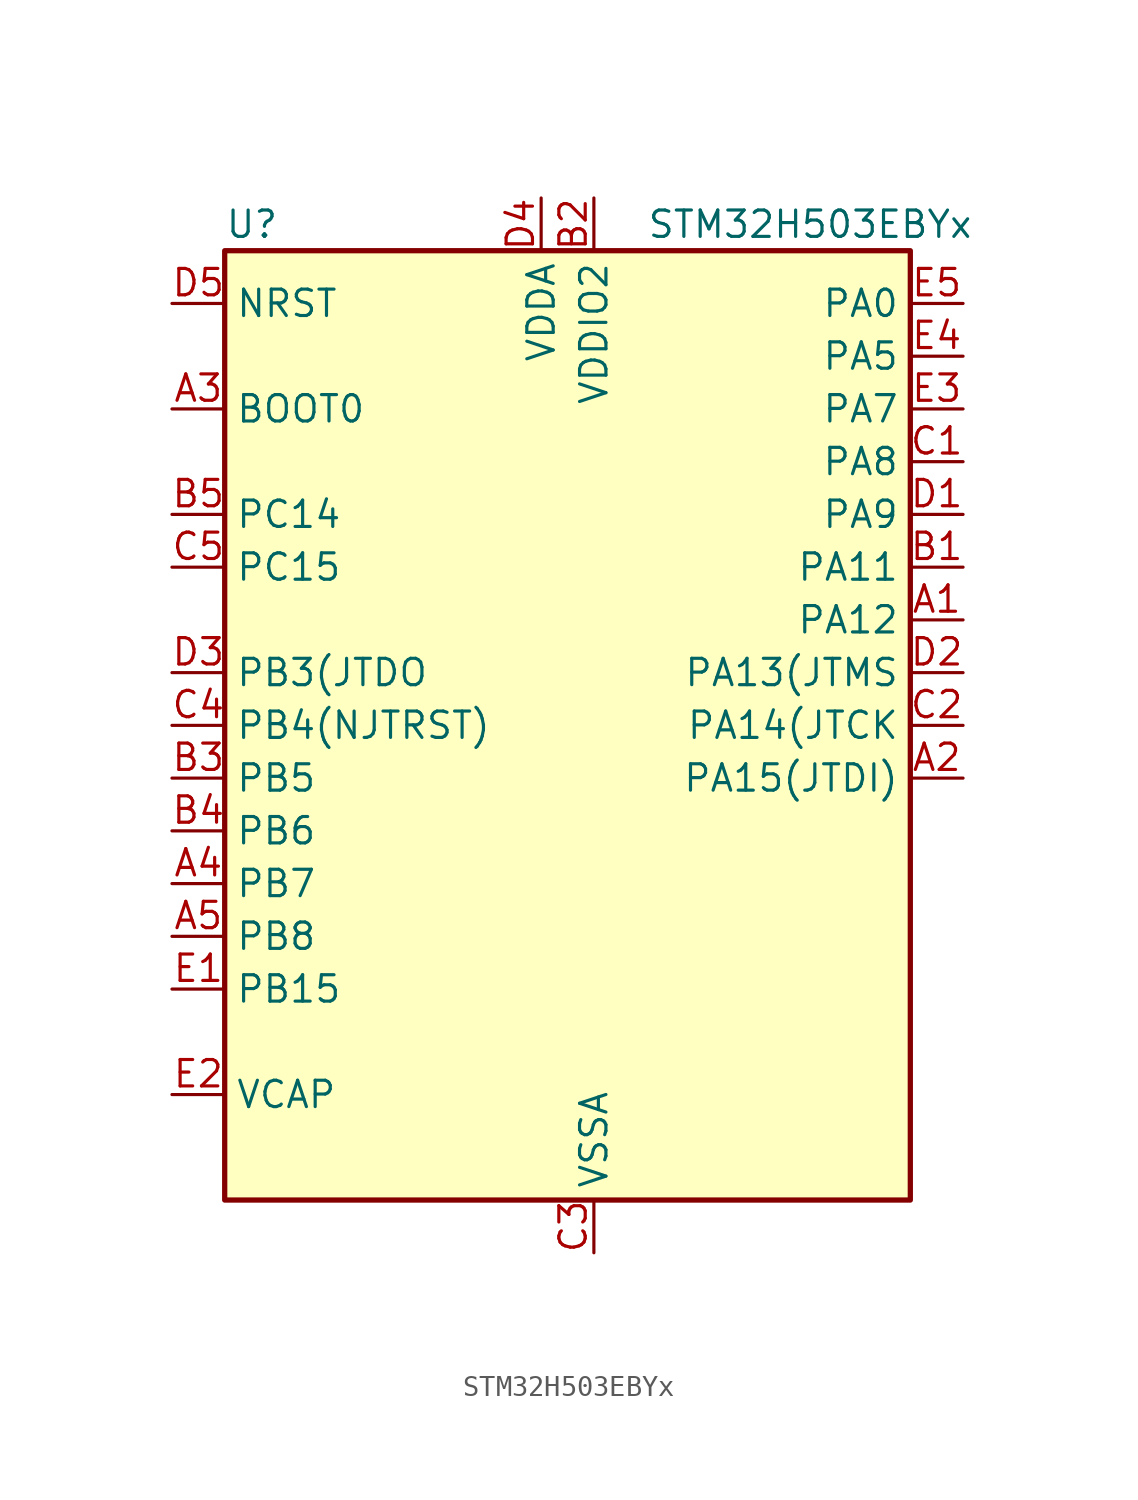
<source format=kicad_sym>
(kicad_symbol_lib
  (version 20231120)
  (generator "kicad_symbol_editor")
  (generator_version "8.0")
  (symbol "STM32H503EBYx"
    (property "Reference" "U"
      (at -15.24 24.13 0)
      (effects (font (size 1.27 1.27)) (justify left)))
    (property "Value" "STM32H503EBYx"
      (at 5.08 24.13 0)
      (effects (font (size 1.27 1.27)) (justify left)))
    (property "ki_locked" ""
      (at 0 0 0)
      (effects (font (size 1.27 1.27))))
    (symbol "STM32H503EBYx_0_1"
      (rectangle (start -15.24 -22.86) (end 17.78 22.86) (stroke (width 0.254) (type default)) (fill (type background))))
    (symbol "STM32H503EBYx_1_1"
      (pin bidirectional line (at 20.32 5.08 180) (length 2.54) (name "PA12" (effects (font (size 1.27 1.27)))) (number "A1" (effects (font (size 1.27 1.27)))) (alternate "DEBUG_TRACED3" bidirectional line) (alternate "FDCAN1_TX" bidirectional line) (alternate "I2S2_CK" bidirectional line) (alternate "LPUART1_RTS" bidirectional line) (alternate "SPI2_RDY" bidirectional line) (alternate "SPI2_SCK" bidirectional line) (alternate "TIM1_ETR" bidirectional line) (alternate "TIM2_CH4" bidirectional line) (alternate "TIM3_CH4" bidirectional line) (alternate "USART1_RTS" bidirectional line) (alternate "USART1_TX" bidirectional line) (alternate "USART2_TX" bidirectional line) (alternate "USART3_RX" bidirectional line) (alternate "USB_DP" bidirectional line))
      (pin bidirectional line (at 20.32 -2.54 180) (length 2.54) (name "PA15(JTDI)" (effects (font (size 1.27 1.27)))) (number "A2" (effects (font (size 1.27 1.27)))) (alternate "ADC1_EXTI15" bidirectional line) (alternate "DEBUG_JTDI" bidirectional line) (alternate "I2S1_WS" bidirectional line) (alternate "I2S2_SDI" bidirectional line) (alternate "I2S3_CK" bidirectional line) (alternate "I2S3_WS" bidirectional line) (alternate "LPTIM1_IN2" bidirectional line) (alternate "LPTIM2_CH1" bidirectional line) (alternate "SPI1_NSS" bidirectional line) (alternate "SPI2_MISO" bidirectional line) (alternate "SPI3_NSS" bidirectional line) (alternate "SPI3_SCK" bidirectional line) (alternate "TIM2_CH1" bidirectional line) (alternate "TIM2_ETR" bidirectional line) (alternate "USART1_CTS" bidirectional line) (alternate "USART1_NSS" bidirectional line) (alternate "USART2_CK" bidirectional line) (alternate "USART2_RTS" bidirectional line) (alternate "USART2_RX" bidirectional line) (alternate "USART3_RX" bidirectional line))
      (pin input line (at -17.78 15.24 0) (length 2.54) (name "BOOT0" (effects (font (size 1.27 1.27)))) (number "A3" (effects (font (size 1.27 1.27)))))
      (pin bidirectional line (at -17.78 -7.62 0) (length 2.54) (name "PB7" (effects (font (size 1.27 1.27)))) (number "A4" (effects (font (size 1.27 1.27)))) (alternate "AUDIOCLK" bidirectional line) (alternate "DEBUG_TRACED1" bidirectional line) (alternate "FDCAN1_TX" bidirectional line) (alternate "I2C1_SDA" bidirectional line) (alternate "I2C2_SMBA" bidirectional line) (alternate "I2S3_CK" bidirectional line) (alternate "I2S3_MCK" bidirectional line) (alternate "I3C1_SDA" bidirectional line) (alternate "LPUART1_RX" bidirectional line) (alternate "PWR_WKUP5" bidirectional line) (alternate "SPI3_SCK" bidirectional line) (alternate "TIM1_CH1" bidirectional line) (alternate "TIM1_CH2N" bidirectional line) (alternate "TIM3_ETR" bidirectional line) (alternate "USART1_RX" bidirectional line) (alternate "USART3_TX" bidirectional line))
      (pin bidirectional line (at -17.78 -10.16 0) (length 2.54) (name "PB8" (effects (font (size 1.27 1.27)))) (number "A5" (effects (font (size 1.27 1.27)))) (alternate "DEBUG_TRACED2" bidirectional line) (alternate "FDCAN1_RX" bidirectional line) (alternate "I2C1_SCL" bidirectional line) (alternate "I2C2_SDA" bidirectional line) (alternate "I2C2_SMBA" bidirectional line) (alternate "I2S1_WS" bidirectional line) (alternate "I2S2_MCK" bidirectional line) (alternate "I3C1_SCL" bidirectional line) (alternate "I3C2_SDA" bidirectional line) (alternate "LPTIM1_CH2" bidirectional line) (alternate "LPTIM2_CH1" bidirectional line) (alternate "SPI1_NSS" bidirectional line) (alternate "SPI2_RDY" bidirectional line) (alternate "TIM1_BKIN2" bidirectional line) (alternate "USART1_CK" bidirectional line) (alternate "USART3_RX" bidirectional line))
      (pin bidirectional line (at 20.32 7.62 180) (length 2.54) (name "PA11" (effects (font (size 1.27 1.27)))) (number "B1" (effects (font (size 1.27 1.27)))) (alternate "ADC1_EXTI11" bidirectional line) (alternate "DEBUG_TRGIO" bidirectional line) (alternate "FDCAN1_RX" bidirectional line) (alternate "I2S2_WS" bidirectional line) (alternate "LPTIM2_CH2" bidirectional line) (alternate "LPUART1_CTS" bidirectional line) (alternate "SPI2_NSS" bidirectional line) (alternate "SPI3_RDY" bidirectional line) (alternate "TIM1_CH4" bidirectional line) (alternate "TIM3_CH2" bidirectional line) (alternate "USART1_CTS" bidirectional line) (alternate "USART1_NSS" bidirectional line) (alternate "USART1_RX" bidirectional line) (alternate "USART2_RX" bidirectional line) (alternate "USART3_RTS" bidirectional line) (alternate "USB_DM" bidirectional line))
      (pin power_in line (at 2.54 25.4 270) (length 2.54) (name "VDDIO2" (effects (font (size 1.27 1.27)))) (number "B2" (effects (font (size 1.27 1.27)))))
      (pin bidirectional line (at -17.78 -2.54 0) (length 2.54) (name "PB5" (effects (font (size 1.27 1.27)))) (number "B3" (effects (font (size 1.27 1.27)))) (alternate "DEBUG_TRACECLK" bidirectional line) (alternate "FDCAN1_RX" bidirectional line) (alternate "I2C1_SDA" bidirectional line) (alternate "I2C1_SMBA" bidirectional line) (alternate "I2C2_SCL" bidirectional line) (alternate "I2S1_SDO" bidirectional line) (alternate "I2S2_SDI" bidirectional line) (alternate "I2S3_SDO" bidirectional line) (alternate "I3C1_SDA" bidirectional line) (alternate "I3C2_SCL" bidirectional line) (alternate "LPTIM1_IN1" bidirectional line) (alternate "SPI1_MOSI" bidirectional line) (alternate "SPI2_MISO" bidirectional line) (alternate "SPI3_MOSI" bidirectional line) (alternate "TIM1_CH3" bidirectional line) (alternate "TIM3_CH2" bidirectional line) (alternate "USART2_RX" bidirectional line))
      (pin bidirectional line (at -17.78 -5.08 0) (length 2.54) (name "PB6" (effects (font (size 1.27 1.27)))) (number "B4" (effects (font (size 1.27 1.27)))) (alternate "DEBUG_TRACED0" bidirectional line) (alternate "FDCAN1_TX" bidirectional line) (alternate "I2C1_SCL" bidirectional line) (alternate "I2S1_MCK" bidirectional line) (alternate "I3C1_SCL" bidirectional line) (alternate "LPUART1_TX" bidirectional line) (alternate "SPI3_RDY" bidirectional line) (alternate "TIM1_CH2" bidirectional line) (alternate "TIM1_CH3N" bidirectional line) (alternate "TIM3_CH3" bidirectional line) (alternate "USART1_TX" bidirectional line) (alternate "USART2_CK" bidirectional line) (alternate "USART2_CTS" bidirectional line) (alternate "USART2_NSS" bidirectional line))
      (pin bidirectional line (at -17.78 10.16 0) (length 2.54) (name "PC14" (effects (font (size 1.27 1.27)))) (number "B5" (effects (font (size 1.27 1.27)))) (alternate "RCC_OSC32_IN" bidirectional line))
      (pin bidirectional line (at 20.32 12.7 180) (length 2.54) (name "PA8" (effects (font (size 1.27 1.27)))) (number "C1" (effects (font (size 1.27 1.27)))) (alternate "FDCAN1_RX" bidirectional line) (alternate "I2S1_CK" bidirectional line) (alternate "I2S2_SDO" bidirectional line) (alternate "I2S2_WS" bidirectional line) (alternate "LPTIM2_IN1" bidirectional line) (alternate "LPUART1_CTS" bidirectional line) (alternate "RCC_MCO_1" bidirectional line) (alternate "SPI1_RDY" bidirectional line) (alternate "SPI1_SCK" bidirectional line) (alternate "SPI2_MOSI" bidirectional line) (alternate "SPI2_NSS" bidirectional line) (alternate "TIM1_CH1" bidirectional line) (alternate "TIM1_CH4N" bidirectional line) (alternate "TIM3_CH3" bidirectional line) (alternate "USART1_CK" bidirectional line) (alternate "USART2_TX" bidirectional line) (alternate "USART3_TX" bidirectional line) (alternate "USB_SOF" bidirectional line))
      (pin bidirectional line (at 20.32 0 180) (length 2.54) (name "PA14(JTCK" (effects (font (size 1.27 1.27)))) (number "C2" (effects (font (size 1.27 1.27)))) (alternate "DEBUG_JTCK-SWCLK" bidirectional line) (alternate "LPTIM1_ETR" bidirectional line) (alternate "LPTIM2_CH1" bidirectional line) (alternate "LPUART1_RTS" bidirectional line) (alternate "TIM1_CH2" bidirectional line) (alternate "TIM1_CH4N" bidirectional line) (alternate "TIM3_CH1" bidirectional line) (alternate "USART1_TX" bidirectional line) (alternate "USART2_TX" bidirectional line))
      (pin power_in line (at 2.54 -25.4 90) (length 2.54) (name "VSSA" (effects (font (size 1.27 1.27)))) (number "C3" (effects (font (size 1.27 1.27)))))
      (pin bidirectional line (at -17.78 0 0) (length 2.54) (name "PB4(NJTRST)" (effects (font (size 1.27 1.27)))) (number "C4" (effects (font (size 1.27 1.27)))) (alternate "DEBUG_JTRST" bidirectional line) (alternate "FDCAN1_TX" bidirectional line) (alternate "I2C1_SMBA" bidirectional line) (alternate "I2C2_SDA" bidirectional line) (alternate "I2S1_SDI" bidirectional line) (alternate "I2S2_WS" bidirectional line) (alternate "I2S3_SDI" bidirectional line) (alternate "I3C2_SDA" bidirectional line) (alternate "LPTIM1_CH2" bidirectional line) (alternate "SPI1_MISO" bidirectional line) (alternate "SPI2_NSS" bidirectional line) (alternate "SPI3_MISO" bidirectional line) (alternate "TIM1_CH2" bidirectional line) (alternate "TIM1_CH4N" bidirectional line) (alternate "TIM3_CH1" bidirectional line) (alternate "USART2_TX" bidirectional line))
      (pin bidirectional line (at -17.78 7.62 0) (length 2.54) (name "PC15" (effects (font (size 1.27 1.27)))) (number "C5" (effects (font (size 1.27 1.27)))) (alternate "ADC1_EXTI15" bidirectional line) (alternate "RCC_OSC32_OUT" bidirectional line))
      (pin bidirectional line (at 20.32 10.16 180) (length 2.54) (name "PA9" (effects (font (size 1.27 1.27)))) (number "D1" (effects (font (size 1.27 1.27)))) (alternate "DAC1_EXTI9" bidirectional line) (alternate "DEBUG_TRACED2" bidirectional line) (alternate "I2S1_SDI" bidirectional line) (alternate "I2S2_CK" bidirectional line) (alternate "I2S3_SDO" bidirectional line) (alternate "LPUART1_TX" bidirectional line) (alternate "SPI1_MISO" bidirectional line) (alternate "SPI2_SCK" bidirectional line) (alternate "SPI3_MOSI" bidirectional line) (alternate "TIM1_CH2" bidirectional line) (alternate "USART1_TX" bidirectional line) (alternate "USART3_CK" bidirectional line))
      (pin bidirectional line (at 20.32 2.54 180) (length 2.54) (name "PA13(JTMS" (effects (font (size 1.27 1.27)))) (number "D2" (effects (font (size 1.27 1.27)))) (alternate "COMP1_OUT" bidirectional line) (alternate "DEBUG_JTMS-SWDIO" bidirectional line) (alternate "LPTIM1_CH1" bidirectional line) (alternate "LPUART1_CTS" bidirectional line) (alternate "TIM1_CH1" bidirectional line) (alternate "TIM1_ETR" bidirectional line) (alternate "USART1_RX" bidirectional line) (alternate "USART2_RX" bidirectional line))
      (pin bidirectional line (at -17.78 2.54 0) (length 2.54) (name "PB3(JTDO" (effects (font (size 1.27 1.27)))) (number "D3" (effects (font (size 1.27 1.27)))) (alternate "CRS_SYNC" bidirectional line) (alternate "DEBUG_JTDO-SWO" bidirectional line) (alternate "FDCAN1_RX" bidirectional line) (alternate "I2C1_SMBA" bidirectional line) (alternate "I2C2_SCL" bidirectional line) (alternate "I2C2_SDA" bidirectional line) (alternate "I2S1_CK" bidirectional line) (alternate "I2S2_MCK" bidirectional line) (alternate "I2S3_CK" bidirectional line) (alternate "I3C2_SCL" bidirectional line) (alternate "LPTIM1_CH1" bidirectional line) (alternate "SPI1_SCK" bidirectional line) (alternate "SPI3_SCK" bidirectional line) (alternate "TIM1_BKIN" bidirectional line) (alternate "TIM2_CH2" bidirectional line) (alternate "USART3_TX" bidirectional line))
      (pin power_in line (at 0 25.4 270) (length 2.54) (name "VDDA" (effects (font (size 1.27 1.27)))) (number "D4" (effects (font (size 1.27 1.27)))))
      (pin input line (at -17.78 20.32 0) (length 2.54) (name "NRST" (effects (font (size 1.27 1.27)))) (number "D5" (effects (font (size 1.27 1.27)))))
      (pin bidirectional line (at -17.78 -12.7 0) (length 2.54) (name "PB15" (effects (font (size 1.27 1.27)))) (number "E1" (effects (font (size 1.27 1.27)))) (alternate "ADC1_EXTI15" bidirectional line) (alternate "COMP1_OUT" bidirectional line) (alternate "FDCAN1_TX" bidirectional line) (alternate "I2S2_SDO" bidirectional line) (alternate "I2S3_MCK" bidirectional line) (alternate "I2S3_SDI" bidirectional line) (alternate "LPTIM1_CH1" bidirectional line) (alternate "LPTIM2_IN2" bidirectional line) (alternate "LPUART1_RX" bidirectional line) (alternate "PWR_PVD_IN" bidirectional line) (alternate "RTC_REFIN" bidirectional line) (alternate "SPI2_MOSI" bidirectional line) (alternate "SPI3_MISO" bidirectional line) (alternate "TIM1_CH3N" bidirectional line) (alternate "TIM3_CH4" bidirectional line) (alternate "USART1_RX" bidirectional line) (alternate "USART2_RTS" bidirectional line) (alternate "USART2_RX" bidirectional line) (alternate "USART3_CTS" bidirectional line) (alternate "USART3_NSS" bidirectional line))
      (pin power_out line (at -17.78 -17.78 0) (length 2.54) (name "VCAP" (effects (font (size 1.27 1.27)))) (number "E2" (effects (font (size 1.27 1.27)))))
      (pin bidirectional line (at 20.32 15.24 180) (length 2.54) (name "PA7" (effects (font (size 1.27 1.27)))) (number "E3" (effects (font (size 1.27 1.27)))) (alternate "ADC1_INN3" bidirectional line) (alternate "ADC1_INP7" bidirectional line) (alternate "AUDIOCLK" bidirectional line) (alternate "I2S1_MCK" bidirectional line) (alternate "I2S1_SDO" bidirectional line) (alternate "I2S2_MCK" bidirectional line) (alternate "I2S2_SDI" bidirectional line) (alternate "I2S3_MCK" bidirectional line) (alternate "LPTIM2_ETR" bidirectional line) (alternate "OPAMP1_VOUT" bidirectional line) (alternate "PWR_CSLEEP" bidirectional line) (alternate "SPI1_MOSI" bidirectional line) (alternate "SPI2_MISO" bidirectional line) (alternate "TIM1_CH1N" bidirectional line) (alternate "TIM2_CH3" bidirectional line) (alternate "TIM3_CH2" bidirectional line) (alternate "USART1_RTS" bidirectional line) (alternate "USART3_CK" bidirectional line) (alternate "USART3_RTS" bidirectional line))
      (pin bidirectional line (at 20.32 17.78 180) (length 2.54) (name "PA5" (effects (font (size 1.27 1.27)))) (number "E4" (effects (font (size 1.27 1.27)))) (alternate "ADC1_INN18" bidirectional line) (alternate "ADC1_INP19" bidirectional line) (alternate "COMP1_INM" bidirectional line) (alternate "DAC1_OUT2" bidirectional line) (alternate "I2S1_CK" bidirectional line) (alternate "I2S1_MCK" bidirectional line) (alternate "I2S2_CK" bidirectional line) (alternate "I2S3_SDO" bidirectional line) (alternate "LPTIM1_CH1" bidirectional line) (alternate "LPTIM1_ETR" bidirectional line) (alternate "LPTIM2_CH2" bidirectional line) (alternate "LPUART1_RTS" bidirectional line) (alternate "PWR_CSTOP" bidirectional line) (alternate "SPI1_SCK" bidirectional line) (alternate "SPI2_SCK" bidirectional line) (alternate "SPI3_MOSI" bidirectional line) (alternate "TIM2_CH1" bidirectional line) (alternate "TIM2_ETR" bidirectional line) (alternate "USART2_CTS" bidirectional line) (alternate "USART2_NSS" bidirectional line) (alternate "USART2_TX" bidirectional line) (alternate "USART3_RX" bidirectional line))
      (pin bidirectional line (at 20.32 20.32 180) (length 2.54) (name "PA0" (effects (font (size 1.27 1.27)))) (number "E5" (effects (font (size 1.27 1.27)))) (alternate "ADC1_INN1" bidirectional line) (alternate "ADC1_INP0" bidirectional line) (alternate "COMP1_INP" bidirectional line) (alternate "I2S1_SDI" bidirectional line) (alternate "I2S2_MCK" bidirectional line) (alternate "I2S3_WS" bidirectional line) (alternate "LPTIM1_ETR" bidirectional line) (alternate "LPTIM1_IN2" bidirectional line) (alternate "LPTIM2_ETR" bidirectional line) (alternate "OPAMP1_VINP" bidirectional line) (alternate "PWR_WKUP1" bidirectional line) (alternate "RTC_OUT2" bidirectional line) (alternate "SPI1_MISO" bidirectional line) (alternate "SPI3_NSS" bidirectional line) (alternate "SPI3_RDY" bidirectional line) (alternate "TAMP_IN2" bidirectional line) (alternate "TAMP_OUT1" bidirectional line) (alternate "TIM2_CH1" bidirectional line) (alternate "TIM2_ETR" bidirectional line) (alternate "TIM3_CH1" bidirectional line) (alternate "USART1_CTS" bidirectional line) (alternate "USART1_NSS" bidirectional line) (alternate "USART2_CTS" bidirectional line) (alternate "USART2_NSS" bidirectional line) (alternate "USART3_CK" bidirectional line) (alternate "USART3_CTS" bidirectional line) (alternate "USART3_NSS" bidirectional line)))))
</source>
